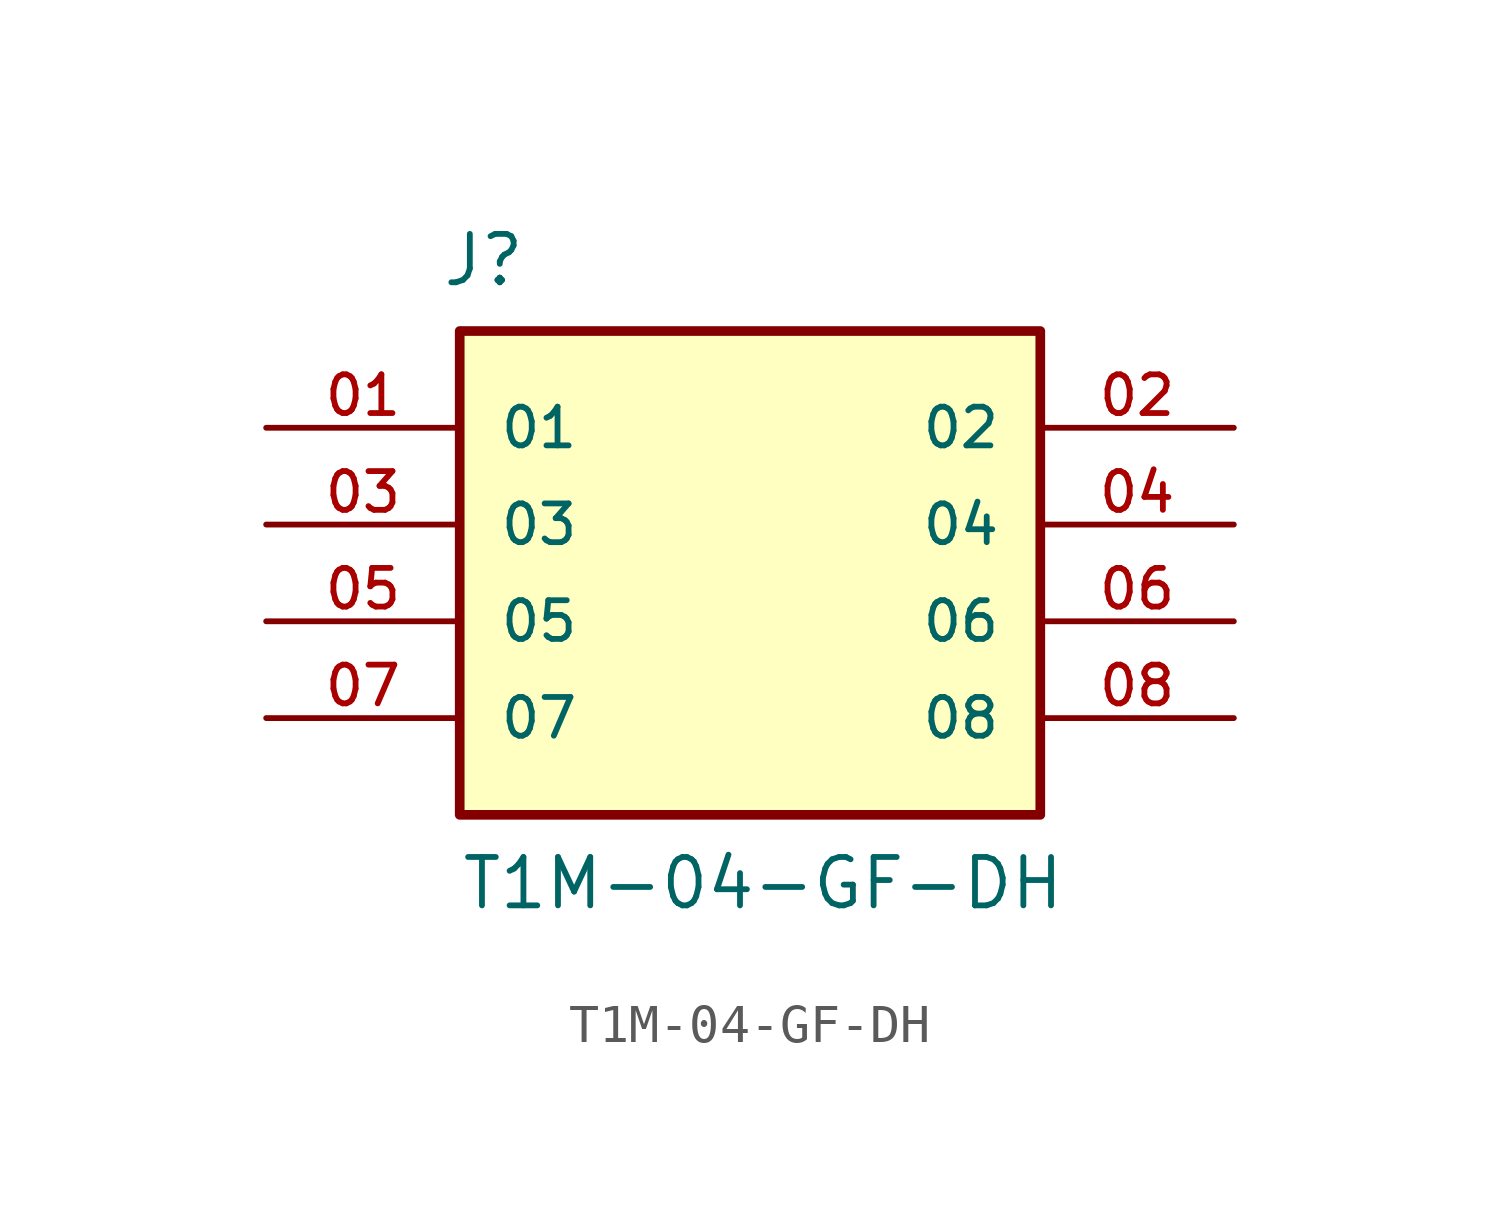
<source format=kicad_sym>
(kicad_symbol_lib
  (version 20241209)
  (generator "kicad_symbol_editor")
  (generator_version "9.0")
  (symbol "T1M-04-GF-DH"
    (pin_names
      (offset 1.016))
    (property "Reference" "J"
      (at -8.12 6.196 0)
      (effects (font (size 1.27 1.27)) (justify left bottom)))
    (property "Value" "T1M-04-GF-DH"
      (at -7.62 -10.16 0)
      (effects (font (size 1.27 1.27)) (justify left bottom)))
    (symbol "T1M-04-GF-DH_0_0"
      (rectangle (start -7.62 -7.62) (end 7.62 5.08) (stroke (width 0.254) (type default)) (fill (type background)))
      (pin passive line (at -12.7 2.54 0) (length 5.08) (name "01" (effects (font (size 1.016 1.016)))) (number "01" (effects (font (size 1.016 1.016)))))
      (pin passive line (at -12.7 0 0) (length 5.08) (name "03" (effects (font (size 1.016 1.016)))) (number "03" (effects (font (size 1.016 1.016)))))
      (pin passive line (at -12.7 -2.54 0) (length 5.08) (name "05" (effects (font (size 1.016 1.016)))) (number "05" (effects (font (size 1.016 1.016)))))
      (pin passive line (at -12.7 -5.08 0) (length 5.08) (name "07" (effects (font (size 1.016 1.016)))) (number "07" (effects (font (size 1.016 1.016)))))
      (pin passive line (at 12.7 2.54 180) (length 5.08) (name "02" (effects (font (size 1.016 1.016)))) (number "02" (effects (font (size 1.016 1.016)))))
      (pin passive line (at 12.7 0 180) (length 5.08) (name "04" (effects (font (size 1.016 1.016)))) (number "04" (effects (font (size 1.016 1.016)))))
      (pin passive line (at 12.7 -2.54 180) (length 5.08) (name "06" (effects (font (size 1.016 1.016)))) (number "06" (effects (font (size 1.016 1.016)))))
      (pin passive line (at 12.7 -5.08 180) (length 5.08) (name "08" (effects (font (size 1.016 1.016)))) (number "08" (effects (font (size 1.016 1.016))))))))
</source>
